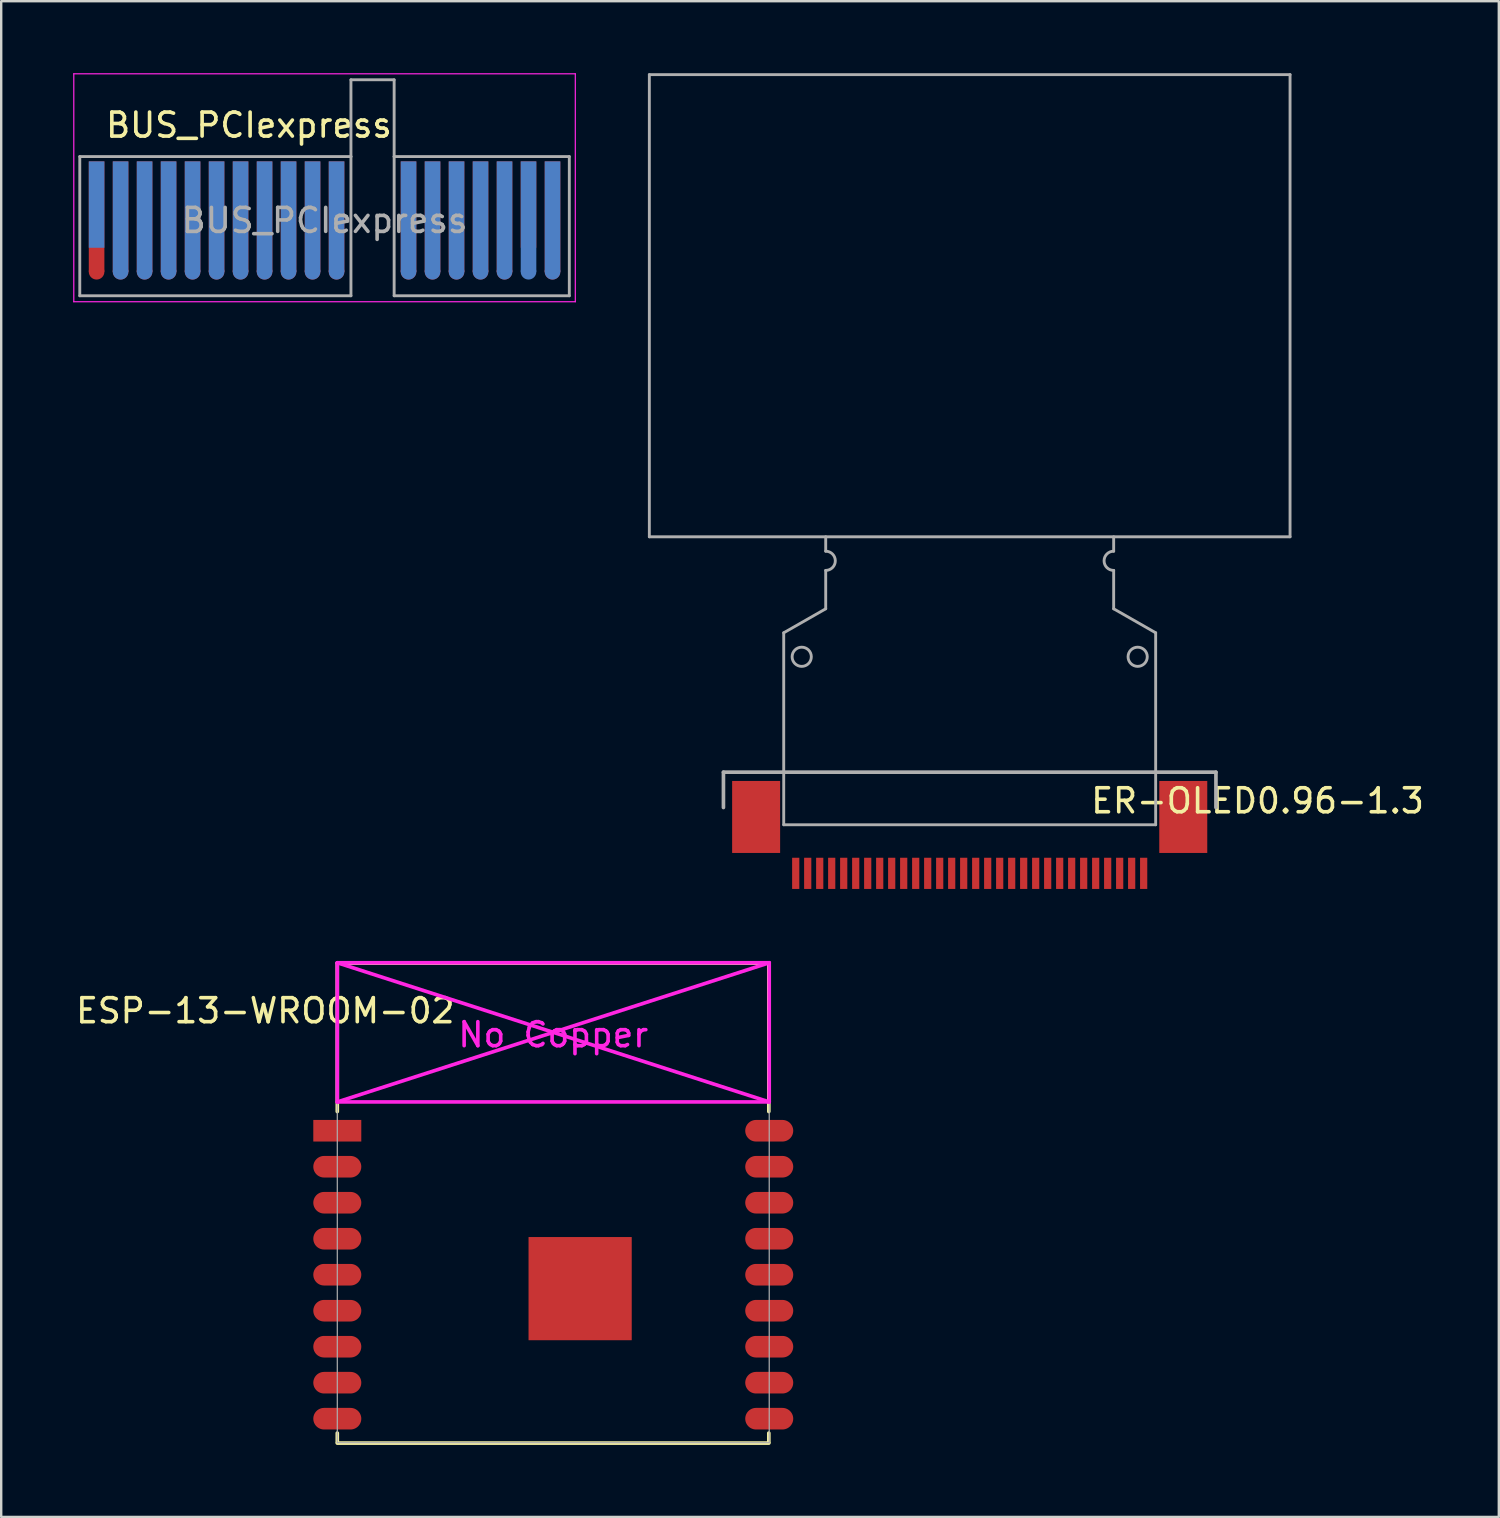
<source format=kicad_pcb>
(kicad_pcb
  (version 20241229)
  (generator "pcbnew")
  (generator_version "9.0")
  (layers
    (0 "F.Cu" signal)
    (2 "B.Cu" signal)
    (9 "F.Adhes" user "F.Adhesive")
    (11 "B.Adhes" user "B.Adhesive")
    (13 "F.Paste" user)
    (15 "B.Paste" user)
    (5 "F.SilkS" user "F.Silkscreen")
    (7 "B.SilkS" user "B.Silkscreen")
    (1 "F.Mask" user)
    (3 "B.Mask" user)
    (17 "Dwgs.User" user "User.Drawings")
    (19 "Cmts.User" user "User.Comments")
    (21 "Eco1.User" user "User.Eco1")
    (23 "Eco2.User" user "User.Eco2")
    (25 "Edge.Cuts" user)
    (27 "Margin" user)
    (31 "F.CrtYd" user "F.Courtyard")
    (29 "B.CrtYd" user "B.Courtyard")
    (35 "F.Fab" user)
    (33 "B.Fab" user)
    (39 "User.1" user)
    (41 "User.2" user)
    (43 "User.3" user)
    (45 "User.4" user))
  (footprint "BUS_PCIexpress"
    (layer "F.Cu")
    (at 0.975 5.475)
    (property "Reference" "BUS_PCIexpress" (at 6.35 -3.31 0) (layer "F.SilkS") (effects (font (size 1 1) (thickness 0.15))))
    (attr exclude_from_pos_files exclude_from_bom)
    (fp_line (start -0.95 -5.45) (end -0.95 4.05) (stroke (width 0.05) (type solid)) (layer "F.CrtYd"))
    (fp_line (start -0.95 -5.45) (end 19.95 -5.45) (stroke (width 0.05) (type solid)) (layer "F.CrtYd"))
    (fp_line (start 19.95 4.05) (end -0.95 4.05) (stroke (width 0.05) (type solid)) (layer "F.CrtYd"))
    (fp_line (start 19.95 4.05) (end 19.95 -5.45) (stroke (width 0.05) (type solid)) (layer "F.CrtYd"))
    (fp_line (start -0.7 -2) (end 10.6 -2) (stroke (width 0.12) (type solid)) (layer "F.Fab"))
    (fp_line (start -0.7 3.8) (end -0.7 -2) (stroke (width 0.12) (type solid)) (layer "F.Fab"))
    (fp_line (start 10.6 -5.2) (end 12.4 -5.2) (stroke (width 0.12) (type solid)) (layer "F.Fab"))
    (fp_line (start 10.6 -2) (end 10.6 -5.2) (stroke (width 0.12) (type solid)) (layer "F.Fab"))
    (fp_line (start 10.6 -2) (end 10.6 3.8) (stroke (width 0.12) (type solid)) (layer "F.Fab"))
    (fp_line (start 10.6 3.8) (end -0.7 3.8) (stroke (width 0.12) (type solid)) (layer "F.Fab"))
    (fp_line (start 12.4 -5.2) (end 12.4 -2) (stroke (width 0.12) (type solid)) (layer "F.Fab"))
    (fp_line (start 12.4 -2) (end 12.4 3.8) (stroke (width 0.12) (type solid)) (layer "F.Fab"))
    (fp_line (start 12.4 3.8) (end 19.7 3.8) (stroke (width 0.12) (type solid)) (layer "F.Fab"))
    (fp_line (start 19.7 -2) (end 12.4 -2) (stroke (width 0.12) (type solid)) (layer "F.Fab"))
    (fp_line (start 19.7 -2) (end 19.7 3.8) (stroke (width 0.12) (type solid)) (layer "F.Fab"))
    (fp_text user "${REFERENCE}" (at 9.5 0.662 0) (layer "F.Fab") (effects (font (size 1 1) (thickness 0.15))))
    (pad "A1" connect rect (at 0 0) (size 0.65 3.6) (layers "B.Cu" "B.Mask"))
    (pad "A2" connect rect (at 1 0.5) (size 0.65 4.6) (layers "B.Cu" "B.Mask"))
    (pad "A2" connect oval (at 1 2.8 90) (size 0.65 0.65) (layers "B.Cu" "B.Mask"))
    (pad "A3" connect rect (at 2 0.5) (size 0.65 4.6) (layers "B.Cu" "B.Mask"))
    (pad "A3" connect oval (at 2 2.8 90) (size 0.65 0.65) (layers "B.Cu" "B.Mask"))
    (pad "A4" connect rect (at 3 0.5) (size 0.65 4.6) (layers "B.Cu" "B.Mask"))
    (pad "A4" connect oval (at 3 2.8 90) (size 0.65 0.65) (layers "B.Cu" "B.Mask"))
    (pad "A5" connect rect (at 4 0.5) (size 0.65 4.6) (layers "B.Cu" "B.Mask"))
    (pad "A5" connect oval (at 4 2.8 90) (size 0.65 0.65) (layers "B.Cu" "B.Mask"))
    (pad "A6" connect rect (at 5 0.5) (size 0.65 4.6) (layers "B.Cu" "B.Mask"))
    (pad "A6" connect oval (at 5 2.8 90) (size 0.65 0.65) (layers "B.Cu" "B.Mask"))
    (pad "A7" connect rect (at 6 0.5) (size 0.65 4.6) (layers "B.Cu" "B.Mask"))
    (pad "A7" connect oval (at 6 2.8 90) (size 0.65 0.65) (layers "B.Cu" "B.Mask"))
    (pad "A8" connect rect (at 7 0.5) (size 0.65 4.6) (layers "B.Cu" "B.Mask"))
    (pad "A8" connect oval (at 7 2.8 90) (size 0.65 0.65) (layers "B.Cu" "B.Mask"))
    (pad "A9" connect rect (at 8 0.5) (size 0.65 4.6) (layers "B.Cu" "B.Mask"))
    (pad "A9" connect oval (at 8 2.8 90) (size 0.65 0.65) (layers "B.Cu" "B.Mask"))
    (pad "A10" connect rect (at 9 0.5) (size 0.65 4.6) (layers "B.Cu" "B.Mask"))
    (pad "A10" connect oval (at 9 2.8 90) (size 0.65 0.65) (layers "B.Cu" "B.Mask"))
    (pad "A11" connect rect (at 10 0.5) (size 0.65 4.6) (layers "B.Cu" "B.Mask"))
    (pad "A11" connect oval (at 10 2.8 90) (size 0.65 0.65) (layers "B.Cu" "B.Mask"))
    (pad "A12" connect rect (at 13 0.5) (size 0.65 4.6) (layers "B.Cu" "B.Mask"))
    (pad "A12" connect oval (at 13 2.8 90) (size 0.65 0.65) (layers "B.Cu" "B.Mask"))
    (pad "A13" connect rect (at 14 0.5) (size 0.65 4.6) (layers "B.Cu" "B.Mask"))
    (pad "A13" connect oval (at 14 2.8 90) (size 0.65 0.65) (layers "B.Cu" "B.Mask"))
    (pad "A14" connect rect (at 15 0.5) (size 0.65 4.6) (layers "B.Cu" "B.Mask"))
    (pad "A14" connect oval (at 15 2.8 90) (size 0.65 0.65) (layers "B.Cu" "B.Mask"))
    (pad "A15" connect rect (at 16 0.5) (size 0.65 4.6) (layers "B.Cu" "B.Mask"))
    (pad "A15" connect oval (at 16 2.8 90) (size 0.65 0.65) (layers "B.Cu" "B.Mask"))
    (pad "A16" connect rect (at 17 0.5) (size 0.65 4.6) (layers "B.Cu" "B.Mask"))
    (pad "A16" connect oval (at 17 2.8 90) (size 0.65 0.65) (layers "B.Cu" "B.Mask"))
    (pad "A17" connect rect (at 18 0.5) (size 0.65 4.6) (layers "B.Cu" "B.Mask"))
    (pad "A17" connect oval (at 18 2.8 90) (size 0.65 0.65) (layers "B.Cu" "B.Mask"))
    (pad "A18" connect rect (at 19 0.5) (size 0.65 4.6) (layers "B.Cu" "B.Mask"))
    (pad "A18" connect oval (at 19 2.8 90) (size 0.65 0.65) (layers "B.Cu" "B.Mask"))
    (pad "B1" connect rect (at 0 0.5) (size 0.65 4.6) (layers "F.Cu" "F.Mask"))
    (pad "B1" connect circle (at 0 2.8) (size 0.65 0.65) (layers "F.Cu" "F.Mask"))
    (pad "B2" connect rect (at 1 0.5) (size 0.65 4.6) (layers "F.Cu" "F.Mask"))
    (pad "B2" connect circle (at 1 2.8) (size 0.65 0.65) (layers "F.Cu" "F.Mask"))
    (pad "B3" connect rect (at 2 0.5) (size 0.65 4.6) (layers "F.Cu" "F.Mask"))
    (pad "B3" connect circle (at 2 2.8) (size 0.65 0.65) (layers "F.Cu" "F.Mask"))
    (pad "B4" connect rect (at 3 0.5) (size 0.65 4.6) (layers "F.Cu" "F.Mask"))
    (pad "B4" connect circle (at 3 2.8) (size 0.65 0.65) (layers "F.Cu" "F.Mask"))
    (pad "B5" connect rect (at 4 0.5) (size 0.65 4.6) (layers "F.Cu" "F.Mask"))
    (pad "B5" connect circle (at 4 2.8) (size 0.65 0.65) (layers "F.Cu" "F.Mask"))
    (pad "B6" connect rect (at 5 0.5) (size 0.65 4.6) (layers "F.Cu" "F.Mask"))
    (pad "B6" connect circle (at 5 2.8) (size 0.65 0.65) (layers "F.Cu" "F.Mask"))
    (pad "B7" connect rect (at 6 0.5) (size 0.65 4.6) (layers "F.Cu" "F.Mask"))
    (pad "B7" connect circle (at 6 2.8 180) (size 0.65 0.65) (layers "F.Cu" "F.Mask"))
    (pad "B8" connect rect (at 7 0.5) (size 0.65 4.6) (layers "F.Cu" "F.Mask"))
    (pad "B8" connect circle (at 7 2.8) (size 0.65 0.65) (layers "F.Cu" "F.Mask"))
    (pad "B9" connect rect (at 8 0.5) (size 0.65 4.6) (layers "F.Cu" "F.Mask"))
    (pad "B9" connect circle (at 8 2.8) (size 0.65 0.65) (layers "F.Cu" "F.Mask"))
    (pad "B10" connect rect (at 9 0.5) (size 0.65 4.6) (layers "F.Cu" "F.Mask"))
    (pad "B10" connect circle (at 9 2.8) (size 0.65 0.65) (layers "F.Cu" "F.Mask"))
    (pad "B11" connect rect (at 10 0.5) (size 0.65 4.6) (layers "F.Cu" "F.Mask"))
    (pad "B11" connect circle (at 10 2.8 90) (size 0.65 0.65) (layers "F.Cu" "F.Mask"))
    (pad "B12" connect rect (at 13 0.5) (size 0.65 4.6) (layers "F.Cu" "F.Mask"))
    (pad "B12" connect circle (at 13 2.8) (size 0.65 0.65) (layers "F.Cu" "F.Mask"))
    (pad "B13" connect rect (at 14 0.5) (size 0.65 4.6) (layers "F.Cu" "F.Mask"))
    (pad "B13" connect circle (at 14 2.8) (size 0.65 0.65) (layers "F.Cu" "F.Mask"))
    (pad "B14" connect rect (at 15 0.5) (size 0.65 4.6) (layers "F.Cu" "F.Mask"))
    (pad "B14" connect circle (at 15 2.8) (size 0.65 0.65) (layers "F.Cu" "F.Mask"))
    (pad "B15" connect rect (at 16 0.5) (size 0.65 4.6) (layers "F.Cu" "F.Mask"))
    (pad "B15" connect circle (at 16 2.8) (size 0.65 0.65) (layers "F.Cu" "F.Mask"))
    (pad "B16" connect rect (at 17 0.5) (size 0.65 4.6) (layers "F.Cu" "F.Mask"))
    (pad "B16" connect circle (at 17 2.8 90) (size 0.65 0.65) (layers "F.Cu" "F.Mask"))
    (pad "B17" connect rect (at 18 0) (size 0.65 3.6) (layers "F.Cu" "F.Mask"))
    (pad "B18" connect rect (at 19 0.5) (size 0.65 4.6) (layers "F.Cu" "F.Mask"))
    (pad "B18" connect circle (at 19 2.8) (size 0.65 0.65) (layers "F.Cu" "F.Mask")))
  (footprint "ER-OLED0.96-1.3"
    (layer "F.Cu")
    (at 37.36 19.829)
    (property "Reference" "ER-OLED0.96-1.3" (at 11.997 10.494 180) (layer "F.SilkS") (effects (font (size 1 1) (thickness 0.15))))
    (attr through_hole)
    (fp_line (start -10.262 9.3) (end -10.262 13.516) (stroke (width 0.152) (type solid)) (layer "Eco2.User"))
    (fp_line (start -10.262 13.516) (end 10.262 13.516) (stroke (width 0.152) (type solid)) (layer "Eco2.User"))
    (fp_line (start 10.262 13.516) (end 10.262 9.3) (stroke (width 0.152) (type solid)) (layer "Eco2.User"))
    (fp_line (start -13.35 -19.769) (end -13.35 -0.509) (stroke (width 0.12) (type solid)) (layer "F.Fab"))
    (fp_line (start -13.35 -19.769) (end 13.35 -19.769) (stroke (width 0.12) (type solid)) (layer "F.Fab"))
    (fp_line (start -13.35 -0.509) (end 13.35 -0.509) (stroke (width 0.12) (type solid)) (layer "F.Fab"))
    (fp_line (start -10.262 9.3) (end -10.262 10.773) (stroke (width 0.152) (type solid)) (layer "F.Fab"))
    (fp_line (start -7.75 3.491) (end -7.75 11.491) (stroke (width 0.12) (type solid)) (layer "F.Fab"))
    (fp_line (start -7.75 11.491) (end 7.75 11.491) (stroke (width 0.12) (type solid)) (layer "F.Fab"))
    (fp_line (start -6 -0.509) (end -6 0.091) (stroke (width 0.12) (type solid)) (layer "F.Fab"))
    (fp_line (start -6 0.891) (end -6 2.491) (stroke (width 0.12) (type solid)) (layer "F.Fab"))
    (fp_line (start -6 2.491) (end -7.75 3.491) (stroke (width 0.12) (type solid)) (layer "F.Fab"))
    (fp_line (start 6 -0.509) (end 6 0.091) (stroke (width 0.12) (type solid)) (layer "F.Fab"))
    (fp_line (start 6 0.891) (end 6 2.491) (stroke (width 0.12) (type solid)) (layer "F.Fab"))
    (fp_line (start 6 2.491) (end 7.75 3.491) (stroke (width 0.12) (type solid)) (layer "F.Fab"))
    (fp_line (start 7.75 3.491) (end 7.75 11.491) (stroke (width 0.12) (type solid)) (layer "F.Fab"))
    (fp_line (start 10.262 9.3) (end -10.262 9.3) (stroke (width 0.152) (type solid)) (layer "F.Fab"))
    (fp_line (start 10.262 10.773) (end 10.262 9.3) (stroke (width 0.152) (type solid)) (layer "F.Fab"))
    (fp_line (start 13.35 -19.769) (end 13.35 -0.509) (stroke (width 0.12) (type solid)) (layer "F.Fab"))
    (fp_arc (start -6 0.0914) (mid -5.6 0.4914) (end -6 0.8914) (stroke (width 0.12) (type solid)) (layer "F.Fab"))
    (fp_arc (start 6 0.8914) (mid 5.6 0.4914) (end 6 0.0914) (stroke (width 0.12) (type solid)) (layer "F.Fab"))
    (fp_circle (center -7 4.491) (end -6.6 4.491) (stroke (width 0.12) (type solid)) (fill no) (layer "F.Fab"))
    (fp_circle (center 7 4.491) (end 7.4 4.491) (stroke (width 0.12) (type solid)) (fill no) (layer "F.Fab"))
    (pad "1" smd rect (at -7.25 13.516 270) (size 1.3 0.3) (layers "F.Cu" "F.Mask" "F.Paste"))
    (pad "2" smd rect (at -6.75 13.516 270) (size 1.3 0.3) (layers "F.Cu" "F.Mask" "F.Paste"))
    (pad "3" smd rect (at -6.25 13.516 270) (size 1.3 0.3) (layers "F.Cu" "F.Mask" "F.Paste"))
    (pad "4" smd rect (at -5.75 13.516 270) (size 1.3 0.3) (layers "F.Cu" "F.Mask" "F.Paste"))
    (pad "5" smd rect (at -5.25 13.516 270) (size 1.3 0.3) (layers "F.Cu" "F.Mask" "F.Paste"))
    (pad "6" smd rect (at -4.75 13.516 270) (size 1.3 0.3) (layers "F.Cu" "F.Mask" "F.Paste"))
    (pad "7" smd rect (at -4.25 13.516 270) (size 1.3 0.3) (layers "F.Cu" "F.Mask" "F.Paste"))
    (pad "8" smd rect (at -3.75 13.516 270) (size 1.3 0.3) (layers "F.Cu" "F.Mask" "F.Paste"))
    (pad "9" smd rect (at -3.25 13.516 270) (size 1.3 0.3) (layers "F.Cu" "F.Mask" "F.Paste"))
    (pad "10" smd rect (at -2.75 13.516 270) (size 1.3 0.3) (layers "F.Cu" "F.Mask" "F.Paste"))
    (pad "11" smd rect (at -2.25 13.516 270) (size 1.3 0.3) (layers "F.Cu" "F.Mask" "F.Paste"))
    (pad "12" smd rect (at -1.75 13.516 270) (size 1.3 0.3) (layers "F.Cu" "F.Mask" "F.Paste"))
    (pad "13" smd rect (at -1.25 13.516 270) (size 1.3 0.3) (layers "F.Cu" "F.Mask" "F.Paste"))
    (pad "14" smd rect (at -0.75 13.516 270) (size 1.3 0.3) (layers "F.Cu" "F.Mask" "F.Paste"))
    (pad "15" smd rect (at -0.25 13.516 270) (size 1.3 0.3) (layers "F.Cu" "F.Mask" "F.Paste"))
    (pad "16" smd rect (at 0.25 13.516 270) (size 1.3 0.3) (layers "F.Cu" "F.Mask" "F.Paste"))
    (pad "17" smd rect (at 0.75 13.516 270) (size 1.3 0.3) (layers "F.Cu" "F.Mask" "F.Paste"))
    (pad "18" smd rect (at 1.25 13.516 270) (size 1.3 0.3) (layers "F.Cu" "F.Mask" "F.Paste"))
    (pad "19" smd rect (at 1.75 13.516 270) (size 1.3 0.3) (layers "F.Cu" "F.Mask" "F.Paste"))
    (pad "20" smd rect (at 2.25 13.516 270) (size 1.3 0.3) (layers "F.Cu" "F.Mask" "F.Paste"))
    (pad "21" smd rect (at 2.75 13.516 270) (size 1.3 0.3) (layers "F.Cu" "F.Mask" "F.Paste"))
    (pad "22" smd rect (at 3.25 13.516 270) (size 1.3 0.3) (layers "F.Cu" "F.Mask" "F.Paste"))
    (pad "23" smd rect (at 3.75 13.516 270) (size 1.3 0.3) (layers "F.Cu" "F.Mask" "F.Paste"))
    (pad "24" smd rect (at 4.25 13.516 270) (size 1.3 0.3) (layers "F.Cu" "F.Mask" "F.Paste"))
    (pad "25" smd rect (at 4.75 13.516 270) (size 1.3 0.3) (layers "F.Cu" "F.Mask" "F.Paste"))
    (pad "26" smd rect (at 5.25 13.516 270) (size 1.3 0.3) (layers "F.Cu" "F.Mask" "F.Paste"))
    (pad "27" smd rect (at 5.75 13.516 270) (size 1.3 0.3) (layers "F.Cu" "F.Mask" "F.Paste"))
    (pad "28" smd rect (at 6.25 13.516 270) (size 1.3 0.3) (layers "F.Cu" "F.Mask" "F.Paste"))
    (pad "29" smd rect (at 6.75 13.516 270) (size 1.3 0.3) (layers "F.Cu" "F.Mask" "F.Paste"))
    (pad "30" smd rect (at 7.25 13.516 270) (size 1.3 0.3) (layers "F.Cu" "F.Mask" "F.Paste"))
    (pad "31" smd rect (at -8.9 11.166) (size 2 3) (layers "F.Cu" "F.Mask" "F.Paste"))
    (pad "31" smd rect (at 8.9 11.166) (size 2 3) (layers "F.Cu" "F.Mask" "F.Paste")))
  (footprint "ESP-13-WROOM-02"
    (layer "F.Cu")
    (at 11.006 44.071)
    (property "Reference" "ESP-13-WROOM-02" (at -3 -5 0) (layer "F.SilkS") (effects (font (size 1 1) (thickness 0.15))))
    (attr through_hole)
    (fp_line (start 0 -6.985) (end 0 -0.8) (stroke (width 0.152) (type solid)) (layer "F.SilkS"))
    (fp_line (start 0 12.6) (end 0 12.979) (stroke (width 0.152) (type solid)) (layer "F.SilkS"))
    (fp_line (start 0 13.018) (end 17.983 13.018) (stroke (width 0.152) (type solid)) (layer "F.SilkS"))
    (fp_line (start 17.971 -6.985) (end 0 -6.985) (stroke (width 0.152) (type solid)) (layer "F.SilkS"))
    (fp_line (start 17.983 -6.985) (end 17.983 -0.8) (stroke (width 0.152) (type solid)) (layer "F.SilkS"))
    (fp_line (start 17.983 12.6) (end 17.983 12.979) (stroke (width 0.152) (type solid)) (layer "F.SilkS"))
    (fp_line (start 0 -7) (end 0 -1.2) (stroke (width 0.152) (type solid)) (layer "F.CrtYd"))
    (fp_line (start 0 -7) (end 18 -1.2) (stroke (width 0.152) (type solid)) (layer "F.CrtYd"))
    (fp_line (start 0 -1.2) (end 18 -1.2) (stroke (width 0.152) (type solid)) (layer "F.CrtYd"))
    (fp_line (start 18 -7) (end 0 -7) (stroke (width 0.152) (type solid)) (layer "F.CrtYd"))
    (fp_line (start 18 -7) (end 0 -1.2) (stroke (width 0.152) (type solid)) (layer "F.CrtYd"))
    (fp_line (start 18 -1.2) (end 18 -7) (stroke (width 0.152) (type solid)) (layer "F.CrtYd"))
    (fp_line (start 0 -7) (end 18 -7) (stroke (width 0.05) (type solid)) (layer "F.Fab"))
    (fp_line (start 0 13) (end 0 -7) (stroke (width 0.05) (type solid)) (layer "F.Fab"))
    (fp_line (start 0 13) (end 18 13) (stroke (width 0.05) (type solid)) (layer "F.Fab"))
    (fp_line (start 18 -7) (end 18 13) (stroke (width 0.05) (type solid)) (layer "F.Fab"))
    (fp_text user "No Copper" (at 9 -4 0) (layer "F.CrtYd") (effects (font (size 1 1) (thickness 0.15))))
    (pad "1" smd rect (at 0 0) (size 2 0.9) (layers "F.Cu" "F.Mask" "F.Paste"))
    (pad "2" smd oval (at 0 1.5) (size 2 0.9) (layers "F.Cu" "F.Mask" "F.Paste"))
    (pad "3" smd oval (at 0 3) (size 2 0.9) (layers "F.Cu" "F.Mask" "F.Paste"))
    (pad "4" smd oval (at 0 4.5) (size 2 0.9) (layers "F.Cu" "F.Mask" "F.Paste"))
    (pad "5" smd oval (at 0 6) (size 2 0.9) (layers "F.Cu" "F.Mask" "F.Paste"))
    (pad "6" smd oval (at 0 7.5) (size 2 0.9) (layers "F.Cu" "F.Mask" "F.Paste"))
    (pad "7" smd oval (at 0 9) (size 2 0.9) (layers "F.Cu" "F.Mask" "F.Paste"))
    (pad "8" smd oval (at 0 10.5) (size 2 0.9) (layers "F.Cu" "F.Mask" "F.Paste"))
    (pad "9" smd oval (at 0 12) (size 2 0.9) (layers "F.Cu" "F.Mask" "F.Paste"))
    (pad "10" smd oval (at 18 12) (size 2 0.9) (layers "F.Cu" "F.Mask" "F.Paste"))
    (pad "11" smd oval (at 18 10.5) (size 2 0.9) (layers "F.Cu" "F.Mask" "F.Paste"))
    (pad "12" smd oval (at 18 9) (size 2 0.9) (layers "F.Cu" "F.Mask" "F.Paste"))
    (pad "13" smd oval (at 18 7.5) (size 2 0.9) (layers "F.Cu" "F.Mask" "F.Paste"))
    (pad "14" smd oval (at 18 6) (size 2 0.9) (layers "F.Cu" "F.Mask" "F.Paste"))
    (pad "15" smd oval (at 18 4.5) (size 2 0.9) (layers "F.Cu" "F.Mask" "F.Paste"))
    (pad "16" smd oval (at 18 3) (size 2 0.9) (layers "F.Cu" "F.Mask" "F.Paste"))
    (pad "17" smd oval (at 18 1.5) (size 2 0.9) (layers "F.Cu" "F.Mask" "F.Paste"))
    (pad "18" smd oval (at 18 0) (size 2 0.9) (layers "F.Cu" "F.Mask" "F.Paste"))
    (pad "PAD" smd rect (at 10.12 6.58) (size 4.3 4.3) (layers "F.Cu" "F.Mask" "F.Paste")))
  (gr_rect
    (start -3 -3)
    (end 59.41 60.165)
    (stroke (width 0.1) (type default))
    (fill no)
    (layer "Edge.Cuts")))
</source>
